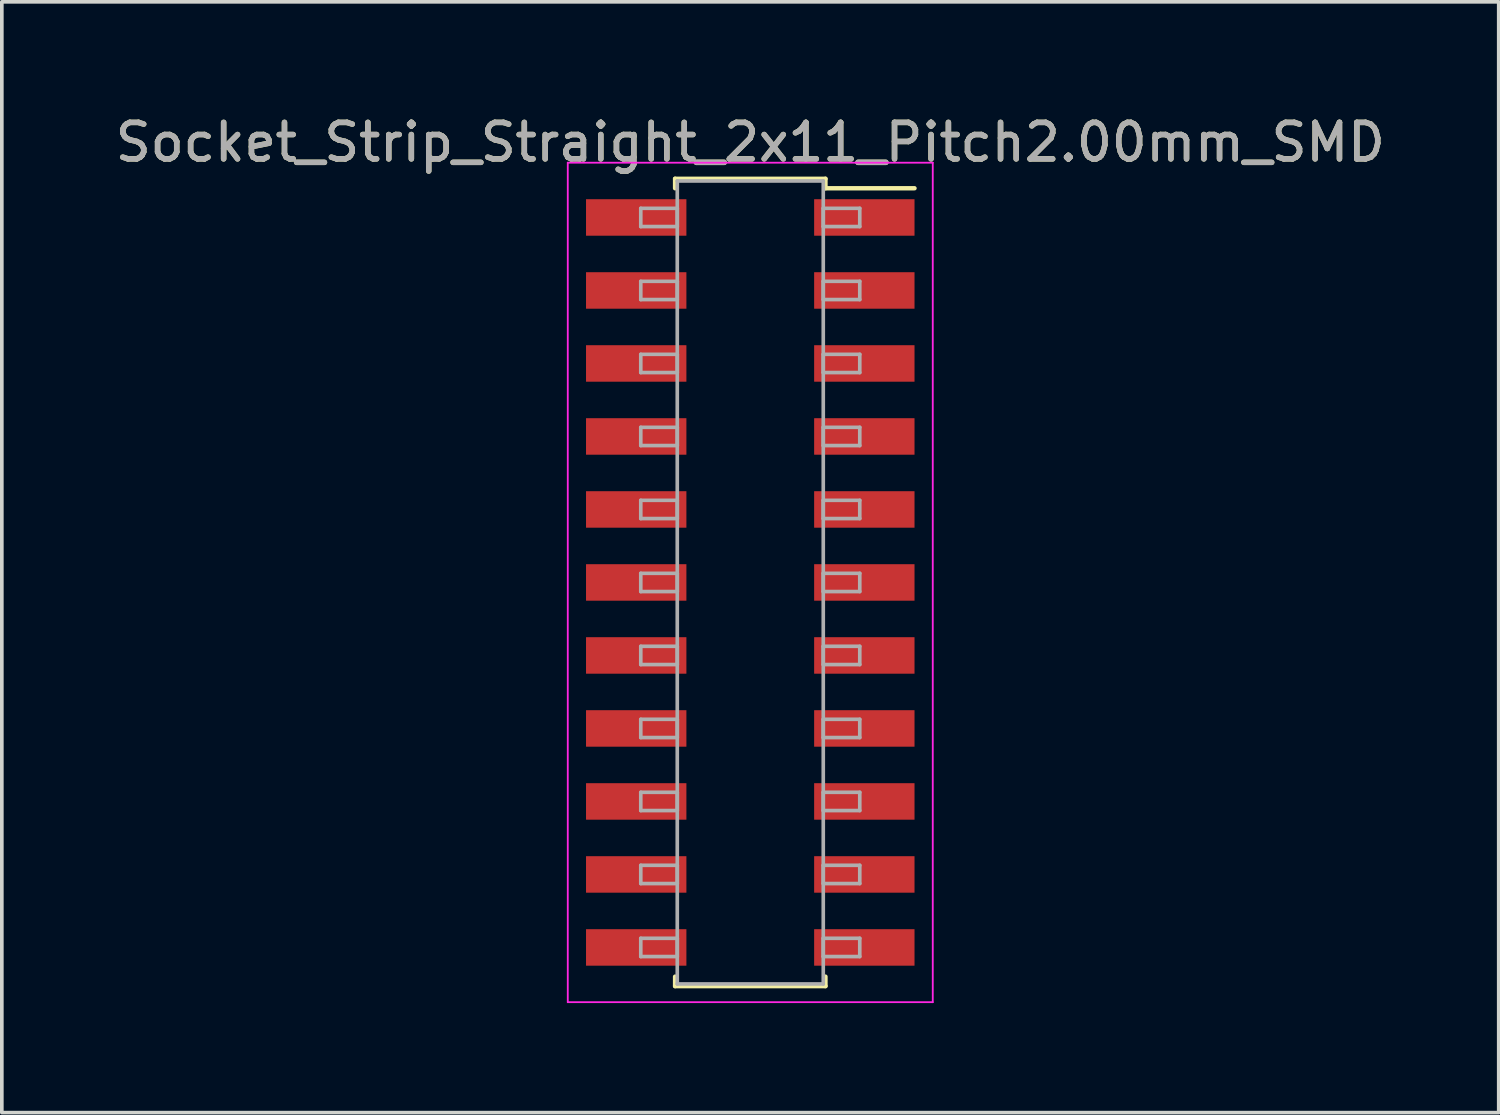
<source format=kicad_pcb>
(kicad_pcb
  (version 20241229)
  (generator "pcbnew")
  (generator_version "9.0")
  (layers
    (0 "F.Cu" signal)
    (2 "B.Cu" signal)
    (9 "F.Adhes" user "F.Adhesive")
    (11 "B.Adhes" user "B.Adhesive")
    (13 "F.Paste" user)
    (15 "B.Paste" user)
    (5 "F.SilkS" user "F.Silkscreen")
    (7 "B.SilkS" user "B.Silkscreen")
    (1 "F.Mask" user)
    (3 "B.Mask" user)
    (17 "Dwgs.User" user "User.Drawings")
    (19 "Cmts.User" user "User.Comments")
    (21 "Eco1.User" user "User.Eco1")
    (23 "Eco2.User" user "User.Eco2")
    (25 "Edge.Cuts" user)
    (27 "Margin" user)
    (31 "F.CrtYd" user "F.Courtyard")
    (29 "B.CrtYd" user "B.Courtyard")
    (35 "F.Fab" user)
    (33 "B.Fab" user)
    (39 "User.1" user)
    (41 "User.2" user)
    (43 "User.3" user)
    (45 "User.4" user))
  (footprint "Socket_Strip_Straight_2x11_Pitch2.00mm_SMD"
    (layer "F.Cu")
    (at 17.506 12.908)
    (property "Reference" "Socket_Strip_Straight_2x11_Pitch2.00mm_SMD" (at 0 -12.06 0) (layer "F.SilkS") (effects (font (size 1 1) (thickness 0.15))))
    (attr smd)
    (fp_line (start -2.06 -11.06) (end 2.06 -11.06) (stroke (width 0.12) (type solid)) (layer "F.SilkS"))
    (fp_line (start -2.06 -10.8) (end -2.06 -11.06) (stroke (width 0.12) (type solid)) (layer "F.SilkS"))
    (fp_line (start -2.06 10.8) (end -2.06 11.06) (stroke (width 0.12) (type solid)) (layer "F.SilkS"))
    (fp_line (start -2.06 11.06) (end 2.06 11.06) (stroke (width 0.12) (type solid)) (layer "F.SilkS"))
    (fp_line (start 2.06 -11.06) (end 2.06 -10.8) (stroke (width 0.12) (type solid)) (layer "F.SilkS"))
    (fp_line (start 2.06 11.06) (end 2.06 10.8) (stroke (width 0.12) (type solid)) (layer "F.SilkS"))
    (fp_line (start 4.5 -10.8) (end 2.06 -10.8) (stroke (width 0.12) (type solid)) (layer "F.SilkS"))
    (fp_line (start -5 -11.5) (end -5 11.5) (stroke (width 0.05) (type solid)) (layer "F.CrtYd"))
    (fp_line (start -5 11.5) (end 5 11.5) (stroke (width 0.05) (type solid)) (layer "F.CrtYd"))
    (fp_line (start 5 -11.5) (end -5 -11.5) (stroke (width 0.05) (type solid)) (layer "F.CrtYd"))
    (fp_line (start 5 11.5) (end 5 -11.5) (stroke (width 0.05) (type solid)) (layer "F.CrtYd"))
    (fp_line (start -3 -10.25) (end -2 -10.25) (stroke (width 0.1) (type solid)) (layer "F.Fab"))
    (fp_line (start -3 -9.75) (end -3 -10.25) (stroke (width 0.1) (type solid)) (layer "F.Fab"))
    (fp_line (start -3 -8.25) (end -2 -8.25) (stroke (width 0.1) (type solid)) (layer "F.Fab"))
    (fp_line (start -3 -7.75) (end -3 -8.25) (stroke (width 0.1) (type solid)) (layer "F.Fab"))
    (fp_line (start -3 -6.25) (end -2 -6.25) (stroke (width 0.1) (type solid)) (layer "F.Fab"))
    (fp_line (start -3 -5.75) (end -3 -6.25) (stroke (width 0.1) (type solid)) (layer "F.Fab"))
    (fp_line (start -3 -4.25) (end -2 -4.25) (stroke (width 0.1) (type solid)) (layer "F.Fab"))
    (fp_line (start -3 -3.75) (end -3 -4.25) (stroke (width 0.1) (type solid)) (layer "F.Fab"))
    (fp_line (start -3 -2.25) (end -2 -2.25) (stroke (width 0.1) (type solid)) (layer "F.Fab"))
    (fp_line (start -3 -1.75) (end -3 -2.25) (stroke (width 0.1) (type solid)) (layer "F.Fab"))
    (fp_line (start -3 -0.25) (end -2 -0.25) (stroke (width 0.1) (type solid)) (layer "F.Fab"))
    (fp_line (start -3 0.25) (end -3 -0.25) (stroke (width 0.1) (type solid)) (layer "F.Fab"))
    (fp_line (start -3 1.75) (end -2 1.75) (stroke (width 0.1) (type solid)) (layer "F.Fab"))
    (fp_line (start -3 2.25) (end -3 1.75) (stroke (width 0.1) (type solid)) (layer "F.Fab"))
    (fp_line (start -3 3.75) (end -2 3.75) (stroke (width 0.1) (type solid)) (layer "F.Fab"))
    (fp_line (start -3 4.25) (end -3 3.75) (stroke (width 0.1) (type solid)) (layer "F.Fab"))
    (fp_line (start -3 5.75) (end -2 5.75) (stroke (width 0.1) (type solid)) (layer "F.Fab"))
    (fp_line (start -3 6.25) (end -3 5.75) (stroke (width 0.1) (type solid)) (layer "F.Fab"))
    (fp_line (start -3 7.75) (end -2 7.75) (stroke (width 0.1) (type solid)) (layer "F.Fab"))
    (fp_line (start -3 8.25) (end -3 7.75) (stroke (width 0.1) (type solid)) (layer "F.Fab"))
    (fp_line (start -3 9.75) (end -2 9.75) (stroke (width 0.1) (type solid)) (layer "F.Fab"))
    (fp_line (start -3 10.25) (end -3 9.75) (stroke (width 0.1) (type solid)) (layer "F.Fab"))
    (fp_line (start -2 -11) (end -2 11) (stroke (width 0.1) (type solid)) (layer "F.Fab"))
    (fp_line (start -2 -10.25) (end -2 -9.75) (stroke (width 0.1) (type solid)) (layer "F.Fab"))
    (fp_line (start -2 -9.75) (end -3 -9.75) (stroke (width 0.1) (type solid)) (layer "F.Fab"))
    (fp_line (start -2 -8.25) (end -2 -7.75) (stroke (width 0.1) (type solid)) (layer "F.Fab"))
    (fp_line (start -2 -7.75) (end -3 -7.75) (stroke (width 0.1) (type solid)) (layer "F.Fab"))
    (fp_line (start -2 -6.25) (end -2 -5.75) (stroke (width 0.1) (type solid)) (layer "F.Fab"))
    (fp_line (start -2 -5.75) (end -3 -5.75) (stroke (width 0.1) (type solid)) (layer "F.Fab"))
    (fp_line (start -2 -4.25) (end -2 -3.75) (stroke (width 0.1) (type solid)) (layer "F.Fab"))
    (fp_line (start -2 -3.75) (end -3 -3.75) (stroke (width 0.1) (type solid)) (layer "F.Fab"))
    (fp_line (start -2 -2.25) (end -2 -1.75) (stroke (width 0.1) (type solid)) (layer "F.Fab"))
    (fp_line (start -2 -1.75) (end -3 -1.75) (stroke (width 0.1) (type solid)) (layer "F.Fab"))
    (fp_line (start -2 -0.25) (end -2 0.25) (stroke (width 0.1) (type solid)) (layer "F.Fab"))
    (fp_line (start -2 0.25) (end -3 0.25) (stroke (width 0.1) (type solid)) (layer "F.Fab"))
    (fp_line (start -2 1.75) (end -2 2.25) (stroke (width 0.1) (type solid)) (layer "F.Fab"))
    (fp_line (start -2 2.25) (end -3 2.25) (stroke (width 0.1) (type solid)) (layer "F.Fab"))
    (fp_line (start -2 3.75) (end -2 4.25) (stroke (width 0.1) (type solid)) (layer "F.Fab"))
    (fp_line (start -2 4.25) (end -3 4.25) (stroke (width 0.1) (type solid)) (layer "F.Fab"))
    (fp_line (start -2 5.75) (end -2 6.25) (stroke (width 0.1) (type solid)) (layer "F.Fab"))
    (fp_line (start -2 6.25) (end -3 6.25) (stroke (width 0.1) (type solid)) (layer "F.Fab"))
    (fp_line (start -2 7.75) (end -2 8.25) (stroke (width 0.1) (type solid)) (layer "F.Fab"))
    (fp_line (start -2 8.25) (end -3 8.25) (stroke (width 0.1) (type solid)) (layer "F.Fab"))
    (fp_line (start -2 9.75) (end -2 10.25) (stroke (width 0.1) (type solid)) (layer "F.Fab"))
    (fp_line (start -2 10.25) (end -3 10.25) (stroke (width 0.1) (type solid)) (layer "F.Fab"))
    (fp_line (start -2 11) (end 2 11) (stroke (width 0.1) (type solid)) (layer "F.Fab"))
    (fp_line (start 2 -11) (end -2 -11) (stroke (width 0.1) (type solid)) (layer "F.Fab"))
    (fp_line (start 2 -10.25) (end 2 -9.75) (stroke (width 0.1) (type solid)) (layer "F.Fab"))
    (fp_line (start 2 -9.75) (end 3 -9.75) (stroke (width 0.1) (type solid)) (layer "F.Fab"))
    (fp_line (start 2 -8.25) (end 2 -7.75) (stroke (width 0.1) (type solid)) (layer "F.Fab"))
    (fp_line (start 2 -7.75) (end 3 -7.75) (stroke (width 0.1) (type solid)) (layer "F.Fab"))
    (fp_line (start 2 -6.25) (end 2 -5.75) (stroke (width 0.1) (type solid)) (layer "F.Fab"))
    (fp_line (start 2 -5.75) (end 3 -5.75) (stroke (width 0.1) (type solid)) (layer "F.Fab"))
    (fp_line (start 2 -4.25) (end 2 -3.75) (stroke (width 0.1) (type solid)) (layer "F.Fab"))
    (fp_line (start 2 -3.75) (end 3 -3.75) (stroke (width 0.1) (type solid)) (layer "F.Fab"))
    (fp_line (start 2 -2.25) (end 2 -1.75) (stroke (width 0.1) (type solid)) (layer "F.Fab"))
    (fp_line (start 2 -1.75) (end 3 -1.75) (stroke (width 0.1) (type solid)) (layer "F.Fab"))
    (fp_line (start 2 -0.25) (end 2 0.25) (stroke (width 0.1) (type solid)) (layer "F.Fab"))
    (fp_line (start 2 0.25) (end 3 0.25) (stroke (width 0.1) (type solid)) (layer "F.Fab"))
    (fp_line (start 2 1.75) (end 2 2.25) (stroke (width 0.1) (type solid)) (layer "F.Fab"))
    (fp_line (start 2 2.25) (end 3 2.25) (stroke (width 0.1) (type solid)) (layer "F.Fab"))
    (fp_line (start 2 3.75) (end 2 4.25) (stroke (width 0.1) (type solid)) (layer "F.Fab"))
    (fp_line (start 2 4.25) (end 3 4.25) (stroke (width 0.1) (type solid)) (layer "F.Fab"))
    (fp_line (start 2 5.75) (end 2 6.25) (stroke (width 0.1) (type solid)) (layer "F.Fab"))
    (fp_line (start 2 6.25) (end 3 6.25) (stroke (width 0.1) (type solid)) (layer "F.Fab"))
    (fp_line (start 2 7.75) (end 2 8.25) (stroke (width 0.1) (type solid)) (layer "F.Fab"))
    (fp_line (start 2 8.25) (end 3 8.25) (stroke (width 0.1) (type solid)) (layer "F.Fab"))
    (fp_line (start 2 9.75) (end 2 10.25) (stroke (width 0.1) (type solid)) (layer "F.Fab"))
    (fp_line (start 2 10.25) (end 3 10.25) (stroke (width 0.1) (type solid)) (layer "F.Fab"))
    (fp_line (start 2 11) (end 2 -11) (stroke (width 0.1) (type solid)) (layer "F.Fab"))
    (fp_line (start 3 -10.25) (end 2 -10.25) (stroke (width 0.1) (type solid)) (layer "F.Fab"))
    (fp_line (start 3 -9.75) (end 3 -10.25) (stroke (width 0.1) (type solid)) (layer "F.Fab"))
    (fp_line (start 3 -8.25) (end 2 -8.25) (stroke (width 0.1) (type solid)) (layer "F.Fab"))
    (fp_line (start 3 -7.75) (end 3 -8.25) (stroke (width 0.1) (type solid)) (layer "F.Fab"))
    (fp_line (start 3 -6.25) (end 2 -6.25) (stroke (width 0.1) (type solid)) (layer "F.Fab"))
    (fp_line (start 3 -5.75) (end 3 -6.25) (stroke (width 0.1) (type solid)) (layer "F.Fab"))
    (fp_line (start 3 -4.25) (end 2 -4.25) (stroke (width 0.1) (type solid)) (layer "F.Fab"))
    (fp_line (start 3 -3.75) (end 3 -4.25) (stroke (width 0.1) (type solid)) (layer "F.Fab"))
    (fp_line (start 3 -2.25) (end 2 -2.25) (stroke (width 0.1) (type solid)) (layer "F.Fab"))
    (fp_line (start 3 -1.75) (end 3 -2.25) (stroke (width 0.1) (type solid)) (layer "F.Fab"))
    (fp_line (start 3 -0.25) (end 2 -0.25) (stroke (width 0.1) (type solid)) (layer "F.Fab"))
    (fp_line (start 3 0.25) (end 3 -0.25) (stroke (width 0.1) (type solid)) (layer "F.Fab"))
    (fp_line (start 3 1.75) (end 2 1.75) (stroke (width 0.1) (type solid)) (layer "F.Fab"))
    (fp_line (start 3 2.25) (end 3 1.75) (stroke (width 0.1) (type solid)) (layer "F.Fab"))
    (fp_line (start 3 3.75) (end 2 3.75) (stroke (width 0.1) (type solid)) (layer "F.Fab"))
    (fp_line (start 3 4.25) (end 3 3.75) (stroke (width 0.1) (type solid)) (layer "F.Fab"))
    (fp_line (start 3 5.75) (end 2 5.75) (stroke (width 0.1) (type solid)) (layer "F.Fab"))
    (fp_line (start 3 6.25) (end 3 5.75) (stroke (width 0.1) (type solid)) (layer "F.Fab"))
    (fp_line (start 3 7.75) (end 2 7.75) (stroke (width 0.1) (type solid)) (layer "F.Fab"))
    (fp_line (start 3 8.25) (end 3 7.75) (stroke (width 0.1) (type solid)) (layer "F.Fab"))
    (fp_line (start 3 9.75) (end 2 9.75) (stroke (width 0.1) (type solid)) (layer "F.Fab"))
    (fp_line (start 3 10.25) (end 3 9.75) (stroke (width 0.1) (type solid)) (layer "F.Fab"))
    (fp_text user "${REFERENCE}" (at 0 -12.06 0) (layer "F.Fab") (effects (font (size 1 1) (thickness 0.15))))
    (pad "1" smd rect (at 3.125 -10) (size 2.75 1) (layers "F.Cu" "F.Mask" "F.Paste"))
    (pad "2" smd rect (at -3.125 -10) (size 2.75 1) (layers "F.Cu" "F.Mask" "F.Paste"))
    (pad "3" smd rect (at 3.125 -8) (size 2.75 1) (layers "F.Cu" "F.Mask" "F.Paste"))
    (pad "4" smd rect (at -3.125 -8) (size 2.75 1) (layers "F.Cu" "F.Mask" "F.Paste"))
    (pad "5" smd rect (at 3.125 -6) (size 2.75 1) (layers "F.Cu" "F.Mask" "F.Paste"))
    (pad "6" smd rect (at -3.125 -6) (size 2.75 1) (layers "F.Cu" "F.Mask" "F.Paste"))
    (pad "7" smd rect (at 3.125 -4) (size 2.75 1) (layers "F.Cu" "F.Mask" "F.Paste"))
    (pad "8" smd rect (at -3.125 -4) (size 2.75 1) (layers "F.Cu" "F.Mask" "F.Paste"))
    (pad "9" smd rect (at 3.125 -2) (size 2.75 1) (layers "F.Cu" "F.Mask" "F.Paste"))
    (pad "10" smd rect (at -3.125 -2) (size 2.75 1) (layers "F.Cu" "F.Mask" "F.Paste"))
    (pad "11" smd rect (at 3.125 0) (size 2.75 1) (layers "F.Cu" "F.Mask" "F.Paste"))
    (pad "12" smd rect (at -3.125 0) (size 2.75 1) (layers "F.Cu" "F.Mask" "F.Paste"))
    (pad "13" smd rect (at 3.125 2) (size 2.75 1) (layers "F.Cu" "F.Mask" "F.Paste"))
    (pad "14" smd rect (at -3.125 2) (size 2.75 1) (layers "F.Cu" "F.Mask" "F.Paste"))
    (pad "15" smd rect (at 3.125 4) (size 2.75 1) (layers "F.Cu" "F.Mask" "F.Paste"))
    (pad "16" smd rect (at -3.125 4) (size 2.75 1) (layers "F.Cu" "F.Mask" "F.Paste"))
    (pad "17" smd rect (at 3.125 6) (size 2.75 1) (layers "F.Cu" "F.Mask" "F.Paste"))
    (pad "18" smd rect (at -3.125 6) (size 2.75 1) (layers "F.Cu" "F.Mask" "F.Paste"))
    (pad "19" smd rect (at 3.125 8) (size 2.75 1) (layers "F.Cu" "F.Mask" "F.Paste"))
    (pad "20" smd rect (at -3.125 8) (size 2.75 1) (layers "F.Cu" "F.Mask" "F.Paste"))
    (pad "21" smd rect (at 3.125 10) (size 2.75 1) (layers "F.Cu" "F.Mask" "F.Paste"))
    (pad "22" smd rect (at -3.125 10) (size 2.75 1) (layers "F.Cu" "F.Mask" "F.Paste")))
  (gr_rect
    (start -3 -3)
    (end 38.012 27.433)
    (stroke (width 0.1) (type default))
    (fill no)
    (layer "Edge.Cuts")))
</source>
